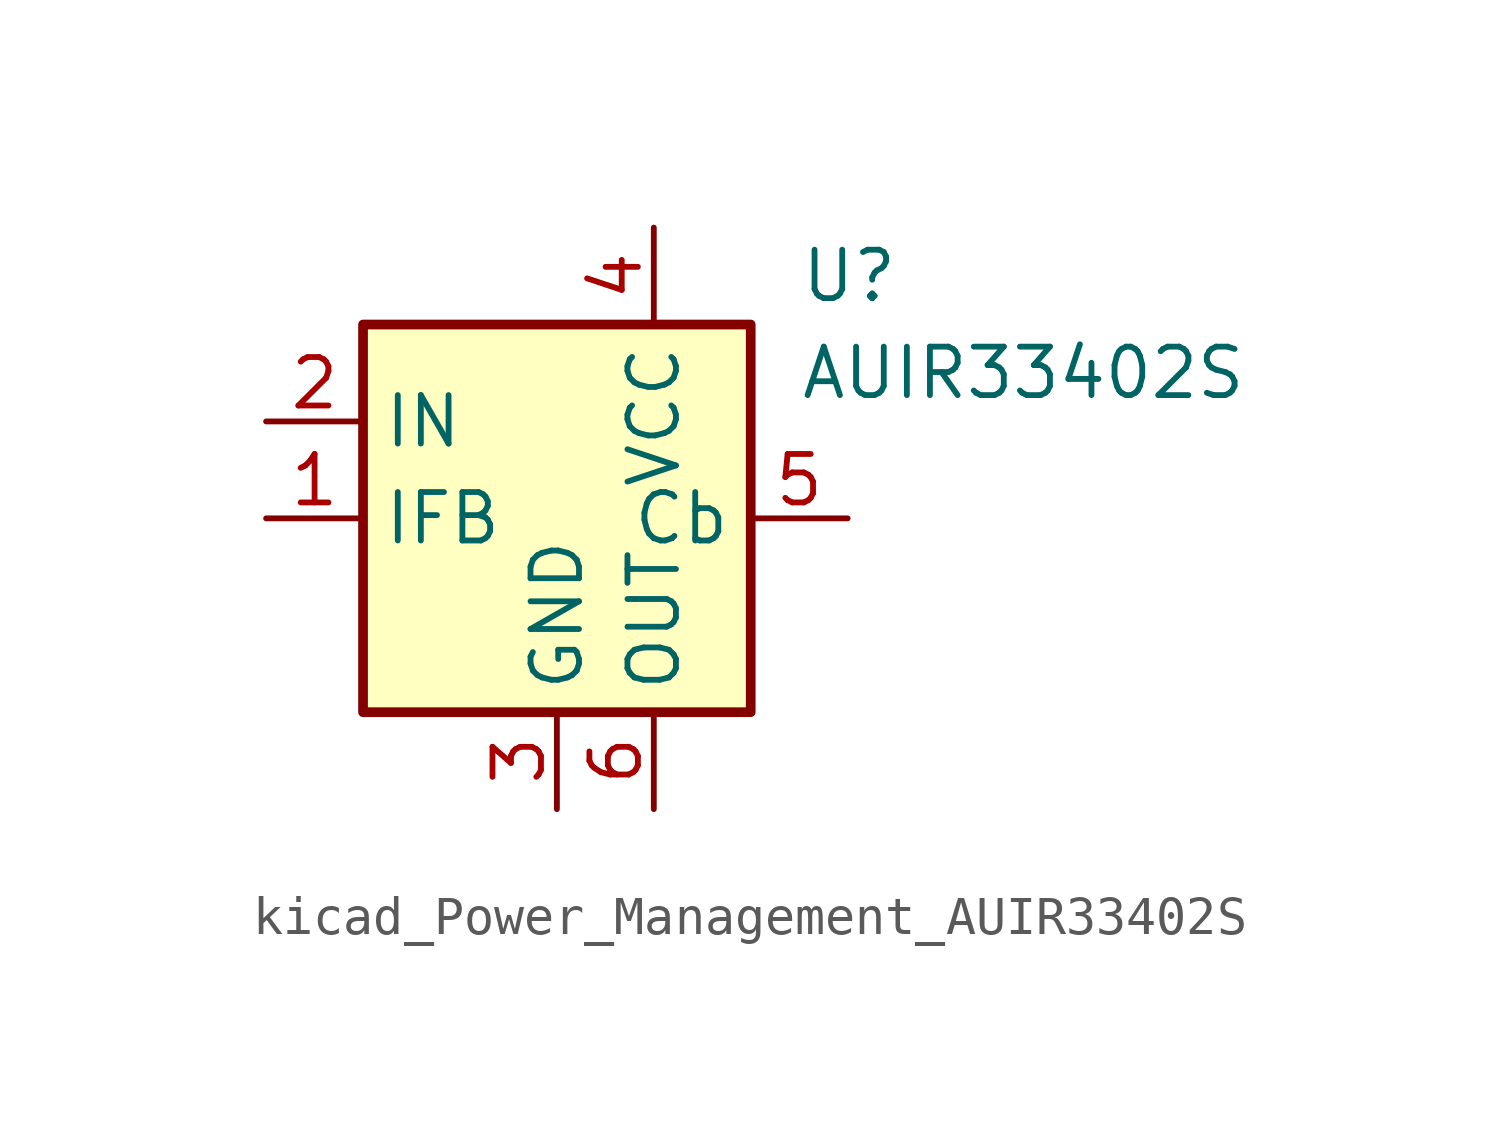
<source format=kicad_sym>
(kicad_symbol_lib
  (version 20220914)
  (generator kicad_symbol_editor)
  (symbol "kicad_Power_Management_AUIR33402S"
    (property "Reference" "U"
      (at 3.81 6.35 0)
      (effects (font (size 1.27 1.27)) (justify left)))
    (property "Value" "AUIR33402S"
      (at 3.81 3.81 0)
      (effects (font (size 1.27 1.27)) (justify left)))
    (symbol "kicad_Power_Management_AUIR33402S_0_1"
      (rectangle (start -7.62 5.08) (end 2.54 -5.08) (stroke (width 0.254) (type default)) (fill (type background))))
    (symbol "kicad_Power_Management_AUIR33402S_1_1"
      (pin output line (at -10.16 0 0) (length 2.54) (name "IFB" (effects (font (size 1.27 1.27)))) (number "1" (effects (font (size 1.27 1.27)))))
      (pin input line (at -10.16 2.54 0) (length 2.54) (name "IN" (effects (font (size 1.27 1.27)))) (number "2" (effects (font (size 1.27 1.27)))))
      (pin power_in line (at -2.54 -7.62 90) (length 2.54) (name "GND" (effects (font (size 1.27 1.27)))) (number "3" (effects (font (size 1.27 1.27)))))
      (pin power_in line (at 0 7.62 270) (length 2.54) (name "VCC" (effects (font (size 1.27 1.27)))) (number "4" (effects (font (size 1.27 1.27)))))
      (pin passive line (at 5.08 0 180) (length 2.54) (name "Cb" (effects (font (size 1.27 1.27)))) (number "5" (effects (font (size 1.27 1.27)))))
      (pin power_out line (at 0 -7.62 90) (length 2.54) (name "OUT" (effects (font (size 1.27 1.27)))) (number "6" (effects (font (size 1.27 1.27)))))
      (pin passive line (at 0 -7.62 90) (length 2.54) hide (name "OUT" (effects (font (size 1.27 1.27)))) (number "7" (effects (font (size 1.27 1.27))))))))
</source>
